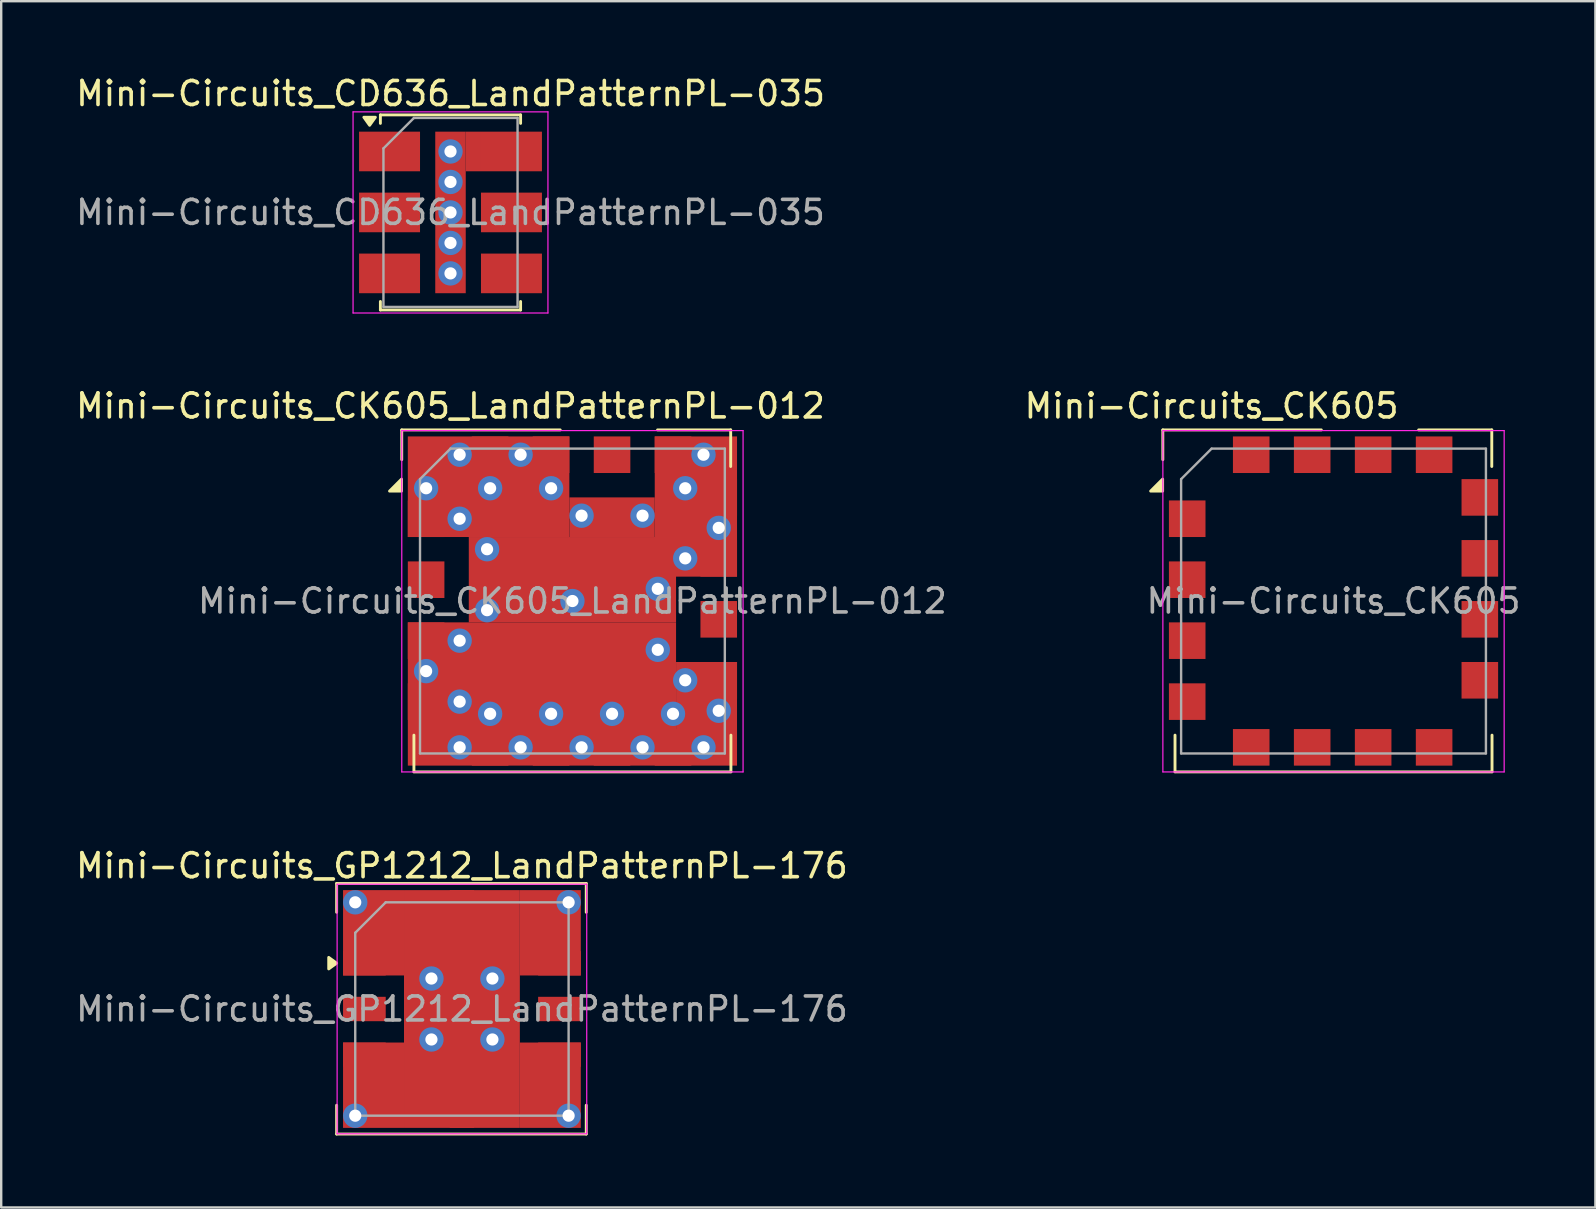
<source format=kicad_pcb>
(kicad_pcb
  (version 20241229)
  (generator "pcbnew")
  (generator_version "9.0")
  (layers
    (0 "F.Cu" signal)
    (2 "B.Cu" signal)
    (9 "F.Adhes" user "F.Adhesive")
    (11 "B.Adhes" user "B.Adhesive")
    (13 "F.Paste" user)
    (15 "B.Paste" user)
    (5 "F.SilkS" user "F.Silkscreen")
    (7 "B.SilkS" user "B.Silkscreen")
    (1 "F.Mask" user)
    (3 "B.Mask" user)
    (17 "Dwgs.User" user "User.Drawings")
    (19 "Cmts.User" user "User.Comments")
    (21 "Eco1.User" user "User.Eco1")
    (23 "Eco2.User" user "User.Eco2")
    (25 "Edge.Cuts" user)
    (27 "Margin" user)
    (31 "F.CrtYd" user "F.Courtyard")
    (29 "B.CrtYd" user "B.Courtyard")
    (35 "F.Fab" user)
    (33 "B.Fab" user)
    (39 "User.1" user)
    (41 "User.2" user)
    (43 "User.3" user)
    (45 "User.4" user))
  (footprint "Mini-Circuits_GP1212_LandPatternPL-176"
    (layer "F.Cu")
    (at 16.196 38.99)
    (property "Reference" "Mini-Circuits_GP1212_LandPatternPL-176" (at 0 -5.969 0) (layer "F.SilkS") (effects (font (size 1 1) (thickness 0.15))))
    (attr smd)
    (fp_line (start -5.22 -5.23) (end 5.18 -5.23) (stroke (width 0.12) (type solid)) (layer "F.SilkS"))
    (fp_line (start -5.22 -4.03) (end -5.22 -5.23) (stroke (width 0.12) (type solid)) (layer "F.SilkS"))
    (fp_line (start -5.22 4.01) (end -5.22 5.21) (stroke (width 0.12) (type solid)) (layer "F.SilkS"))
    (fp_line (start 5.18 -4.03) (end 5.18 -5.23) (stroke (width 0.12) (type solid)) (layer "F.SilkS"))
    (fp_line (start 5.18 5.21) (end -5.22 5.21) (stroke (width 0.12) (type solid)) (layer "F.SilkS"))
    (fp_line (start 5.18 5.21) (end 5.18 4.01) (stroke (width 0.12) (type solid)) (layer "F.SilkS"))
    (fp_poly (pts (xy -5.22 -1.91) (xy -5.55 -1.67) (xy -5.55 -2.15) (xy -5.22 -1.91)) (stroke (width 0.12) (type solid)) (fill yes) (layer "F.SilkS"))
    (fp_line (start -5.2 -5.2) (end -5.2 5.2) (stroke (width 0.05) (type solid)) (layer "F.CrtYd"))
    (fp_line (start -5.2 -5.2) (end 5.2 -5.2) (stroke (width 0.05) (type solid)) (layer "F.CrtYd"))
    (fp_line (start 5.2 5.2) (end -5.2 5.2) (stroke (width 0.05) (type solid)) (layer "F.CrtYd"))
    (fp_line (start 5.2 5.2) (end 5.2 -5.2) (stroke (width 0.05) (type solid)) (layer "F.CrtYd"))
    (fp_line (start -4.445 -3.175) (end -3.175 -4.445) (stroke (width 0.1) (type solid)) (layer "F.Fab"))
    (fp_line (start -4.445 4.445) (end -4.445 -3.175) (stroke (width 0.1) (type solid)) (layer "F.Fab"))
    (fp_line (start -3.175 -4.445) (end 4.445 -4.445) (stroke (width 0.1) (type solid)) (layer "F.Fab"))
    (fp_line (start 4.445 -4.445) (end 4.445 4.445) (stroke (width 0.1) (type solid)) (layer "F.Fab"))
    (fp_line (start 4.445 4.445) (end -4.445 4.445) (stroke (width 0.1) (type solid)) (layer "F.Fab"))
    (fp_text user "${REFERENCE}" (at 0 0 0) (layer "F.Fab") (effects (font (size 1 1) (thickness 0.15))))
    (pad "1" thru_hole circle (at -4.445 -4.445) (size 1.016 1.016) (drill 0.508) (layers "*.Cu"))
    (pad "1" thru_hole circle (at -4.445 4.445) (size 1.016 1.016) (drill 0.508) (layers "*.Cu"))
    (pad "1" smd rect (at -4.064 -1.905 180) (size 1.778 1.016) (layers "F.Cu" "F.Mask" "F.Paste"))
    (pad "1" smd rect (at -3.683 -3.175) (size 2.54 3.556) (layers "F.Cu"))
    (pad "1" smd rect (at -3.683 3.175) (size 2.54 3.556) (layers "F.Cu"))
    (pad "1" thru_hole circle (at -1.27 -1.27) (size 1.016 1.016) (drill 0.508) (layers "*.Cu"))
    (pad "1" thru_hole circle (at -1.27 1.27) (size 1.016 1.016) (drill 0.508) (layers "*.Cu"))
    (pad "1" smd rect (at 0 0) (size 4.826 9.906) (layers "F.Cu"))
    (pad "1" thru_hole circle (at 1.27 -1.27) (size 1.016 1.016) (drill 0.508) (layers "*.Cu"))
    (pad "1" thru_hole circle (at 1.27 1.27) (size 1.016 1.016) (drill 0.508) (layers "*.Cu"))
    (pad "1" smd rect (at 3.683 -3.175) (size 2.54 3.556) (layers "F.Cu"))
    (pad "1" smd rect (at 3.683 3.175) (size 2.54 3.556) (layers "F.Cu"))
    (pad "1" thru_hole circle (at 4.445 -4.445) (size 1.016 1.016) (drill 0.508) (layers "*.Cu"))
    (pad "1" thru_hole circle (at 4.445 4.445) (size 1.016 1.016) (drill 0.508) (layers "*.Cu"))
    (pad "2" smd rect (at -4.064 0 180) (size 1.778 1.016) (layers "F.Cu" "F.Mask" "F.Paste"))
    (pad "3" smd rect (at -4.064 1.905 180) (size 1.778 1.016) (layers "F.Cu" "F.Mask" "F.Paste"))
    (pad "4" smd rect (at 0 4.064 270) (size 1.778 1.016) (layers "F.Cu" "F.Mask" "F.Paste"))
    (pad "5" smd rect (at 4.064 1.905) (size 1.778 1.016) (layers "F.Cu" "F.Mask" "F.Paste"))
    (pad "6" smd rect (at 4.064 0) (size 1.778 1.016) (layers "F.Cu" "F.Mask" "F.Paste"))
    (pad "7" smd rect (at 4.064 -1.905) (size 1.778 1.016) (layers "F.Cu" "F.Mask" "F.Paste"))
    (pad "8" smd rect (at 0 -4.064 270) (size 1.778 1.016) (layers "F.Cu" "F.Mask" "F.Paste")))
  (footprint "Mini-Circuits_CK605_LandPatternPL-012"
    (layer "F.Cu")
    (at 20.8 21.992)
    (property "Reference" "Mini-Circuits_CK605_LandPatternPL-012" (at -5.08 -8.128 180) (layer "F.SilkS") (effects (font (size 1 1) (thickness 0.15))))
    (attr smd)
    (fp_line (start -7.112 -7.13) (end -0.508 -7.13) (stroke (width 0.12) (type solid)) (layer "F.SilkS"))
    (fp_line (start -7.112 -5.89) (end -7.112 -7.13) (stroke (width 0.12) (type solid)) (layer "F.SilkS"))
    (fp_line (start -6.604 5.588) (end -6.604 7.112) (stroke (width 0.12) (type solid)) (layer "F.SilkS"))
    (fp_line (start -6.604 7.12) (end 6.604 7.12) (stroke (width 0.12) (type solid)) (layer "F.SilkS"))
    (fp_line (start 3.546 -7.13) (end 6.594 -7.13) (stroke (width 0.12) (type solid)) (layer "F.SilkS"))
    (fp_line (start 6.594 -5.606) (end 6.594 -7.13) (stroke (width 0.12) (type solid)) (layer "F.SilkS"))
    (fp_line (start 6.604 7.112) (end 6.604 5.588) (stroke (width 0.12) (type solid)) (layer "F.SilkS"))
    (fp_poly (pts (xy -7.12 -4.58) (xy -7.62 -4.58) (xy -7.12 -5.08) (xy -7.12 -4.58)) (stroke (width 0.12) (type solid)) (fill yes) (layer "F.SilkS"))
    (fp_line (start -7.11 -7.1) (end -7.11 7.12) (stroke (width 0.05) (type solid)) (layer "F.CrtYd"))
    (fp_line (start -7.11 -7.1) (end 7.11 -7.1) (stroke (width 0.05) (type solid)) (layer "F.CrtYd"))
    (fp_line (start 7.11 7.12) (end -7.11 7.12) (stroke (width 0.05) (type solid)) (layer "F.CrtYd"))
    (fp_line (start 7.11 7.12) (end 7.11 -7.1) (stroke (width 0.05) (type solid)) (layer "F.CrtYd"))
    (fp_line (start -6.35 -5.08) (end -6.35 6.35) (stroke (width 0.1) (type solid)) (layer "F.Fab"))
    (fp_line (start -6.35 -5.08) (end -5.08 -6.35) (stroke (width 0.1) (type solid)) (layer "F.Fab"))
    (fp_line (start -6.35 6.35) (end 6.35 6.35) (stroke (width 0.1) (type solid)) (layer "F.Fab"))
    (fp_line (start 6.35 -6.35) (end -5.08 -6.35) (stroke (width 0.1) (type solid)) (layer "F.Fab"))
    (fp_line (start 6.35 6.35) (end 6.35 -6.35) (stroke (width 0.1) (type solid)) (layer "F.Fab"))
    (fp_text user "${REFERENCE}" (at 0 0 0) (layer "F.Fab") (effects (font (size 1 1) (thickness 0.15))))
    (pad "1" thru_hole circle (at -6.096 -4.699) (size 1.016 1.016) (drill 0.508) (layers "*.Cu"))
    (pad "1" smd rect (at -6.096 -3.429 270) (size 1.524 1.524) (layers "F.Cu" "F.Mask" "F.Paste"))
    (pad "1" thru_hole circle (at -6.096 2.921) (size 1.016 1.016) (drill 0.508) (layers "*.Cu"))
    (pad "1" thru_hole circle (at -4.699 -6.096) (size 1.016 1.016) (drill 0.508) (layers "*.Cu"))
    (pad "1" thru_hole circle (at -4.699 -3.429) (size 1.016 1.016) (drill 0.508) (layers "*.Cu"))
    (pad "1" thru_hole circle (at -4.699 1.651) (size 1.016 1.016) (drill 0.508) (layers "*.Cu"))
    (pad "1" thru_hole circle (at -4.699 4.191) (size 1.016 1.016) (drill 0.508) (layers "*.Cu"))
    (pad "1" thru_hole circle (at -4.699 6.096) (size 1.016 1.016) (drill 0.508) (layers "*.Cu"))
    (pad "1" thru_hole circle (at -3.556 -2.159) (size 1.016 1.016) (drill 0.508) (layers "*.Cu"))
    (pad "1" thru_hole circle (at -3.556 0.381) (size 1.016 1.016) (drill 0.508) (layers "*.Cu"))
    (pad "1" smd rect (at -3.493 -4.763) (size 6.731 4.191) (layers "F.Cu"))
    (pad "1" thru_hole circle (at -3.429 -4.699) (size 1.016 1.016) (drill 0.508) (layers "*.Cu"))
    (pad "1" thru_hole circle (at -3.429 4.699) (size 1.016 1.016) (drill 0.508) (layers "*.Cu"))
    (pad "1" thru_hole circle (at -2.159 -6.096) (size 1.016 1.016) (drill 0.508) (layers "*.Cu"))
    (pad "1" thru_hole circle (at -2.159 6.096) (size 1.016 1.016) (drill 0.508) (layers "*.Cu"))
    (pad "1" smd rect (at -1.27 3.873) (size 11.176 5.969) (layers "F.Cu"))
    (pad "1" thru_hole circle (at -0.889 -4.699) (size 1.016 1.016) (drill 0.508) (layers "*.Cu"))
    (pad "1" thru_hole circle (at -0.889 4.699) (size 1.016 1.016) (drill 0.508) (layers "*.Cu"))
    (pad "1" smd rect (at 0 -0.889) (size 8.636 3.556) (layers "F.Cu"))
    (pad "1" thru_hole circle (at 0 0) (size 1.016 1.016) (drill 0.508) (layers "*.Cu"))
    (pad "1" thru_hole circle (at 0.381 -3.556) (size 1.016 1.016) (drill 0.508) (layers "*.Cu"))
    (pad "1" thru_hole circle (at 0.381 6.096) (size 1.016 1.016) (drill 0.508) (layers "*.Cu"))
    (pad "1" smd rect (at 1.651 -3.493) (size 3.556 1.651) (layers "F.Cu"))
    (pad "1" thru_hole circle (at 1.651 4.699) (size 1.016 1.016) (drill 0.508) (layers "*.Cu"))
    (pad "1" thru_hole circle (at 2.921 -3.556) (size 1.016 1.016) (drill 0.508) (layers "*.Cu"))
    (pad "1" thru_hole circle (at 2.921 6.096) (size 1.016 1.016) (drill 0.508) (layers "*.Cu"))
    (pad "1" thru_hole circle (at 3.556 -0.508) (size 1.016 1.016) (drill 0.508) (layers "*.Cu"))
    (pad "1" thru_hole circle (at 3.556 2.032) (size 1.016 1.016) (drill 0.508) (layers "*.Cu"))
    (pad "1" thru_hole circle (at 4.191 4.699) (size 1.016 1.016) (drill 0.508) (layers "*.Cu"))
    (pad "1" thru_hole circle (at 4.699 -4.699) (size 1.016 1.016) (drill 0.508) (layers "*.Cu"))
    (pad "1" thru_hole circle (at 4.699 -1.778) (size 1.016 1.016) (drill 0.508) (layers "*.Cu"))
    (pad "1" thru_hole circle (at 4.699 3.302) (size 1.016 1.016) (drill 0.508) (layers "*.Cu"))
    (pad "1" smd rect (at 5.144 -3.937) (size 3.429 5.842) (layers "F.Cu"))
    (pad "1" thru_hole circle (at 5.461 -6.096) (size 1.016 1.016) (drill 0.508) (layers "*.Cu"))
    (pad "1" thru_hole circle (at 5.461 6.096) (size 1.016 1.016) (drill 0.508) (layers "*.Cu"))
    (pad "1" smd rect (at 5.588 4.699) (size 2.54 4.318) (layers "F.Cu"))
    (pad "1" thru_hole circle (at 6.096 -3.048) (size 1.016 1.016) (drill 0.508) (layers "*.Cu"))
    (pad "1" thru_hole circle (at 6.096 4.572) (size 1.016 1.016) (drill 0.508) (layers "*.Cu"))
    (pad "2" smd rect (at -6.096 -0.889 270) (size 1.524 1.524) (layers "F.Cu" "F.Mask" "F.Paste"))
    (pad "3" smd rect (at -6.096 1.651 270) (size 1.524 1.524) (layers "F.Cu" "F.Mask" "F.Paste"))
    (pad "4" smd rect (at -6.096 4.191 270) (size 1.524 1.524) (layers "F.Cu" "F.Mask" "F.Paste"))
    (pad "5" smd rect (at -3.429 6.096 270) (size 1.524 1.524) (layers "F.Cu" "F.Mask" "F.Paste"))
    (pad "6" smd rect (at -0.889 6.096 270) (size 1.524 1.524) (layers "F.Cu" "F.Mask" "F.Paste"))
    (pad "7" smd rect (at 1.651 6.096 270) (size 1.524 1.524) (layers "F.Cu" "F.Mask" "F.Paste"))
    (pad "8" smd rect (at 4.191 6.096 270) (size 1.524 1.524) (layers "F.Cu" "F.Mask" "F.Paste"))
    (pad "9" smd rect (at 6.096 3.302 270) (size 1.524 1.524) (layers "F.Cu" "F.Mask" "F.Paste"))
    (pad "10" smd rect (at 6.096 0.762 270) (size 1.524 1.524) (layers "F.Cu" "F.Mask" "F.Paste"))
    (pad "11" smd rect (at 6.096 -1.778 270) (size 1.524 1.524) (layers "F.Cu" "F.Mask" "F.Paste"))
    (pad "12" smd rect (at 6.096 -4.318 270) (size 1.524 1.524) (layers "F.Cu" "F.Mask" "F.Paste"))
    (pad "13" smd rect (at 4.191 -6.096 270) (size 1.524 1.524) (layers "F.Cu" "F.Mask" "F.Paste"))
    (pad "14" smd rect (at 1.651 -6.096 270) (size 1.524 1.524) (layers "F.Cu" "F.Mask" "F.Paste"))
    (pad "15" smd rect (at -0.889 -6.096 270) (size 1.524 1.524) (layers "F.Cu" "F.Mask" "F.Paste"))
    (pad "16" smd rect (at -3.429 -6.096 270) (size 1.524 1.524) (layers "F.Cu" "F.Mask" "F.Paste")))
  (footprint "Mini-Circuits_CK605"
    (layer "F.Cu")
    (at 52.511 21.992)
    (property "Reference" "Mini-Circuits_CK605" (at -5.08 -8.128 180) (layer "F.SilkS") (effects (font (size 1 1) (thickness 0.15))))
    (attr smd)
    (fp_line (start -7.112 -7.13) (end -0.508 -7.13) (stroke (width 0.12) (type solid)) (layer "F.SilkS"))
    (fp_line (start -7.112 -5.89) (end -7.112 -7.13) (stroke (width 0.12) (type solid)) (layer "F.SilkS"))
    (fp_line (start -6.604 5.588) (end -6.604 7.112) (stroke (width 0.12) (type solid)) (layer "F.SilkS"))
    (fp_line (start -6.604 7.12) (end 6.604 7.12) (stroke (width 0.12) (type solid)) (layer "F.SilkS"))
    (fp_line (start 3.546 -7.13) (end 6.594 -7.13) (stroke (width 0.12) (type solid)) (layer "F.SilkS"))
    (fp_line (start 6.594 -5.606) (end 6.594 -7.13) (stroke (width 0.12) (type solid)) (layer "F.SilkS"))
    (fp_line (start 6.604 7.112) (end 6.604 5.588) (stroke (width 0.12) (type solid)) (layer "F.SilkS"))
    (fp_poly (pts (xy -7.12 -4.58) (xy -7.62 -4.58) (xy -7.12 -5.08) (xy -7.12 -4.58)) (stroke (width 0.12) (type solid)) (fill yes) (layer "F.SilkS"))
    (fp_line (start -7.11 -7.1) (end -7.11 7.12) (stroke (width 0.05) (type solid)) (layer "F.CrtYd"))
    (fp_line (start -7.11 -7.1) (end 7.11 -7.1) (stroke (width 0.05) (type solid)) (layer "F.CrtYd"))
    (fp_line (start 7.11 7.12) (end -7.11 7.12) (stroke (width 0.05) (type solid)) (layer "F.CrtYd"))
    (fp_line (start 7.11 7.12) (end 7.11 -7.1) (stroke (width 0.05) (type solid)) (layer "F.CrtYd"))
    (fp_line (start -6.35 -5.08) (end -6.35 6.35) (stroke (width 0.1) (type solid)) (layer "F.Fab"))
    (fp_line (start -6.35 -5.08) (end -5.08 -6.35) (stroke (width 0.1) (type solid)) (layer "F.Fab"))
    (fp_line (start -6.35 6.35) (end 6.35 6.35) (stroke (width 0.1) (type solid)) (layer "F.Fab"))
    (fp_line (start 6.35 -6.35) (end -5.08 -6.35) (stroke (width 0.1) (type solid)) (layer "F.Fab"))
    (fp_line (start 6.35 6.35) (end 6.35 -6.35) (stroke (width 0.1) (type solid)) (layer "F.Fab"))
    (fp_text user "${REFERENCE}" (at 0 0 0) (layer "F.Fab") (effects (font (size 1 1) (thickness 0.15))))
    (pad "1" smd rect (at -6.096 -3.429 270) (size 1.524 1.524) (layers "F.Cu" "F.Mask" "F.Paste"))
    (pad "2" smd rect (at -6.096 -0.889 270) (size 1.524 1.524) (layers "F.Cu" "F.Mask" "F.Paste"))
    (pad "3" smd rect (at -6.096 1.651 270) (size 1.524 1.524) (layers "F.Cu" "F.Mask" "F.Paste"))
    (pad "4" smd rect (at -6.096 4.191 270) (size 1.524 1.524) (layers "F.Cu" "F.Mask" "F.Paste"))
    (pad "5" smd rect (at -3.429 6.096 270) (size 1.524 1.524) (layers "F.Cu" "F.Mask" "F.Paste"))
    (pad "6" smd rect (at -0.889 6.096 270) (size 1.524 1.524) (layers "F.Cu" "F.Mask" "F.Paste"))
    (pad "7" smd rect (at 1.651 6.096 270) (size 1.524 1.524) (layers "F.Cu" "F.Mask" "F.Paste"))
    (pad "8" smd rect (at 4.191 6.096 270) (size 1.524 1.524) (layers "F.Cu" "F.Mask" "F.Paste"))
    (pad "9" smd rect (at 6.096 3.302 270) (size 1.524 1.524) (layers "F.Cu" "F.Mask" "F.Paste"))
    (pad "10" smd rect (at 6.096 0.762 270) (size 1.524 1.524) (layers "F.Cu" "F.Mask" "F.Paste"))
    (pad "11" smd rect (at 6.096 -1.778 270) (size 1.524 1.524) (layers "F.Cu" "F.Mask" "F.Paste"))
    (pad "12" smd rect (at 6.096 -4.318 270) (size 1.524 1.524) (layers "F.Cu" "F.Mask" "F.Paste"))
    (pad "13" smd rect (at 4.191 -6.096 270) (size 1.524 1.524) (layers "F.Cu" "F.Mask" "F.Paste"))
    (pad "14" smd rect (at 1.651 -6.096 270) (size 1.524 1.524) (layers "F.Cu" "F.Mask" "F.Paste"))
    (pad "15" smd rect (at -0.889 -6.096 270) (size 1.524 1.524) (layers "F.Cu" "F.Mask" "F.Paste"))
    (pad "16" smd rect (at -3.429 -6.096 270) (size 1.524 1.524) (layers "F.Cu" "F.Mask" "F.Paste")))
  (footprint "Mini-Circuits_CD636_LandPatternPL-035"
    (layer "F.Cu")
    (at 15.72 5.801)
    (property "Reference" "Mini-Circuits_CD636_LandPatternPL-035" (at 0.004 -4.953 0) (layer "F.SilkS") (effects (font (size 1 1) (thickness 0.15))))
    (attr smd)
    (fp_line (start -2.921 -4.064) (end -2.921 -3.71) (stroke (width 0.12) (type solid)) (layer "F.SilkS"))
    (fp_line (start -2.921 3.71) (end -2.921 4.064) (stroke (width 0.12) (type solid)) (layer "F.SilkS"))
    (fp_line (start -2.921 4.064) (end 2.921 4.064) (stroke (width 0.12) (type solid)) (layer "F.SilkS"))
    (fp_line (start 2.921 -4.064) (end -2.921 -4.064) (stroke (width 0.12) (type solid)) (layer "F.SilkS"))
    (fp_line (start 2.921 -3.71) (end 2.921 -4.064) (stroke (width 0.12) (type solid)) (layer "F.SilkS"))
    (fp_line (start 2.921 4.064) (end 2.921 3.71) (stroke (width 0.12) (type solid)) (layer "F.SilkS"))
    (fp_poly (pts (xy -3.37 -3.63) (xy -3.61 -3.966) (xy -3.13 -3.966) (xy -3.37 -3.63)) (stroke (width 0.12) (type solid)) (fill yes) (layer "F.SilkS"))
    (fp_line (start -4.06 -4.19) (end -4.06 4.19) (stroke (width 0.05) (type solid)) (layer "F.CrtYd"))
    (fp_line (start -4.06 -4.19) (end 4.06 -4.19) (stroke (width 0.05) (type solid)) (layer "F.CrtYd"))
    (fp_line (start 4.06 4.19) (end -4.06 4.19) (stroke (width 0.05) (type solid)) (layer "F.CrtYd"))
    (fp_line (start 4.06 4.19) (end 4.06 -4.19) (stroke (width 0.05) (type solid)) (layer "F.CrtYd"))
    (fp_line (start -2.794 -2.667) (end -2.794 3.937) (stroke (width 0.1) (type solid)) (layer "F.Fab"))
    (fp_line (start -2.794 3.937) (end 2.794 3.937) (stroke (width 0.1) (type solid)) (layer "F.Fab"))
    (fp_line (start -1.524 -3.937) (end -2.794 -2.667) (stroke (width 0.1) (type solid)) (layer "F.Fab"))
    (fp_line (start 2.794 -3.937) (end -1.524 -3.937) (stroke (width 0.1) (type solid)) (layer "F.Fab"))
    (fp_line (start 2.794 -3.937) (end 2.794 3.937) (stroke (width 0.1) (type solid)) (layer "F.Fab"))
    (fp_text user "${REFERENCE}" (at 0 0 0) (layer "F.Fab") (effects (font (size 1 1) (thickness 0.15))))
    (pad "1" smd rect (at -2.54 -2.54 270) (size 1.651 2.54) (layers "F.Cu" "F.Mask" "F.Paste"))
    (pad "2" smd rect (at -2.54 0 270) (size 1.651 2.54) (layers "F.Cu" "F.Mask" "F.Paste"))
    (pad "3" smd rect (at -2.54 2.54 270) (size 1.651 2.54) (layers "F.Cu" "F.Mask" "F.Paste"))
    (pad "4" smd rect (at 2.54 2.54 270) (size 1.651 2.54) (layers "F.Cu" "F.Mask" "F.Paste"))
    (pad "5" smd rect (at 2.54 0 270) (size 1.651 2.54) (layers "F.Cu" "F.Mask" "F.Paste"))
    (pad "6" thru_hole circle (at 0 -2.54 270) (size 1.016 1.016) (drill 0.508) (layers "*.Cu"))
    (pad "6" thru_hole circle (at 0 -1.27 270) (size 1.016 1.016) (drill 0.508) (layers "*.Cu"))
    (pad "6" thru_hole circle (at 0 0 270) (size 1.016 1.016) (drill 0.508) (layers "*.Cu"))
    (pad "6" smd rect (at 0 0 270) (size 6.731 1.27) (layers "F.Cu"))
    (pad "6" thru_hole circle (at 0 1.27 270) (size 1.016 1.016) (drill 0.508) (layers "*.Cu"))
    (pad "6" thru_hole circle (at 0 2.54 270) (size 1.016 1.016) (drill 0.508) (layers "*.Cu"))
    (pad "6" smd rect (at 0.953 -2.54 270) (size 1.651 0.635) (layers "F.Cu"))
    (pad "6" smd rect (at 2.54 -2.54 270) (size 1.651 2.54) (layers "F.Cu" "F.Mask" "F.Paste")))
  (gr_rect
    (start -3 -3)
    (end 63.422 47.26)
    (stroke (width 0.1) (type default))
    (fill no)
    (layer "Edge.Cuts")))
</source>
